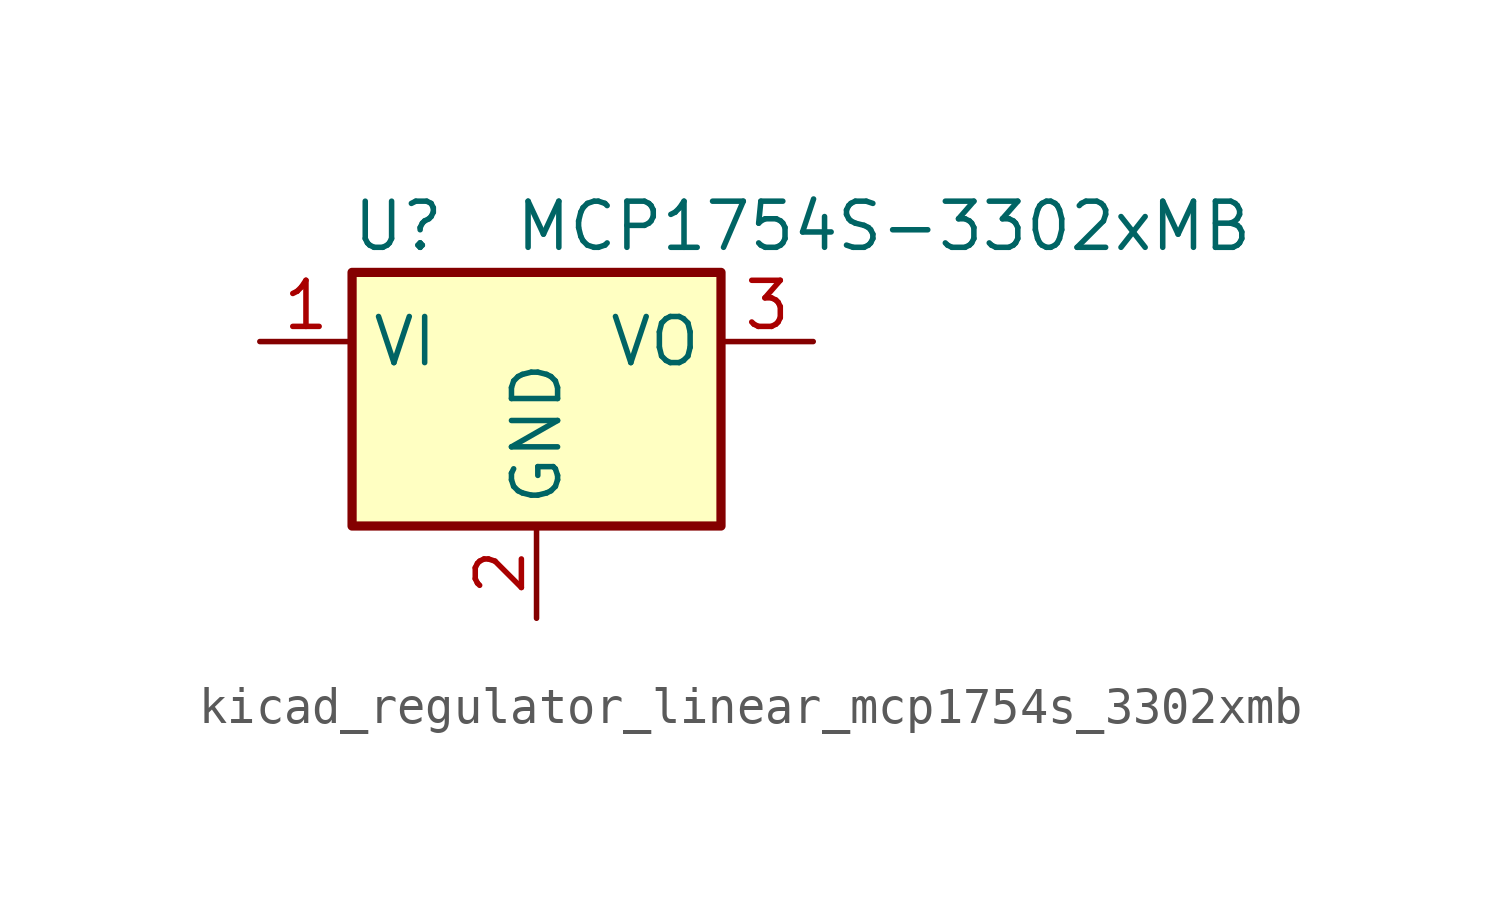
<source format=kicad_sym>
(kicad_symbol_lib
  (version 20220914)
  (generator kicad_symbol_editor)
  (symbol "kicad_regulator_linear_mcp1754s_3302xmb"
    (property "Reference" "U"
      (at -3.81 3.175 0)
      (effects (font (size 1.27 1.27))))
    (property "Value" "MCP1754S-3302xMB"
      (at -0.635 3.175 0)
      (effects (font (size 1.27 1.27)) (justify left)))
    (symbol "kicad_regulator_linear_mcp1754s_3302xmb_0_1"
      (rectangle (start -5.08 -5.08) (end 5.08 1.905) (stroke (width 0.254) (type default)) (fill (type background))))
    (symbol "kicad_regulator_linear_mcp1754s_3302xmb_1_1"
      (pin power_in line (at -7.62 0 0) (length 2.54) (name "VI" (effects (font (size 1.27 1.27)))) (number "1" (effects (font (size 1.27 1.27)))))
      (pin power_in line (at 0 -7.62 90) (length 2.54) (name "GND" (effects (font (size 1.27 1.27)))) (number "2" (effects (font (size 1.27 1.27)))))
      (pin power_out line (at 7.62 0 180) (length 2.54) (name "VO" (effects (font (size 1.27 1.27)))) (number "3" (effects (font (size 1.27 1.27))))))))
</source>
